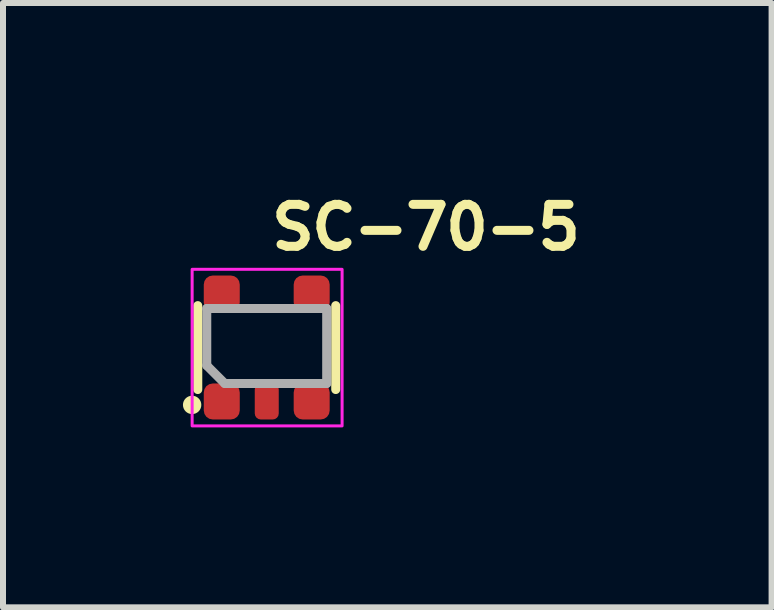
<source format=kicad_pcb>
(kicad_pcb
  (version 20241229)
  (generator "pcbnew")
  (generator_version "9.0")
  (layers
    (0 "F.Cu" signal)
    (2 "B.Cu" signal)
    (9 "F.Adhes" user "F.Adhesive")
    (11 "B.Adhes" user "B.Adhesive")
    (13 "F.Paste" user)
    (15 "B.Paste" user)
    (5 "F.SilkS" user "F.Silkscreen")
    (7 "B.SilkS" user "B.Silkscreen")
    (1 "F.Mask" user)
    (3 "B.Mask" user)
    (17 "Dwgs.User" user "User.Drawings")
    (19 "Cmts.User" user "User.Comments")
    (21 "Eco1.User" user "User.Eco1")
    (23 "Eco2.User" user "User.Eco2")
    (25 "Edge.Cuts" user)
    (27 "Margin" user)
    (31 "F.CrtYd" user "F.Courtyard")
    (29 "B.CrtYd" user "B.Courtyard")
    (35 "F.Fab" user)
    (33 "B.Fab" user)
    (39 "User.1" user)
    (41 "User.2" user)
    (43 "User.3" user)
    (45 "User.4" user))
  (footprint "SC-70-5"
    (layer "F.Cu")
    (at 1.403 2.75)
    (property "Reference" "SC-70-5" (at 0 -1.6 180) (layer "F.SilkS") (effects (font (size 0.7 0.7) (thickness 0.15)) (justify left bottom)))
    (attr smd)
    (fp_line (start -1.156 0.694) (end -1.156 -0.705) (stroke (width 0.15) (type solid)) (layer "F.SilkS"))
    (fp_line (start 1.144 0.694) (end 1.144 -0.705) (stroke (width 0.15) (type solid)) (layer "F.SilkS"))
    (fp_circle (center -1.25 0.95) (end -1.19 1) (stroke (width 0.15) (type solid)) (fill yes) (layer "F.SilkS"))
    (fp_rect (start 1.25 -1.31) (end -1.25 1.3) (stroke (width 0.05) (type solid)) (fill no) (layer "F.CrtYd"))
    (fp_line (start -1.006 -0.657) (end 0.993 -0.657) (stroke (width 0.15) (type solid)) (layer "F.Fab"))
    (fp_line (start -1.006 0.293) (end -1.006 -0.657) (stroke (width 0.15) (type solid)) (layer "F.Fab"))
    (fp_line (start -1.006 0.293) (end -0.706 0.593) (stroke (width 0.15) (type solid)) (layer "F.Fab"))
    (fp_line (start 0.993 -0.657) (end 0.993 0.593) (stroke (width 0.15) (type solid)) (layer "F.Fab"))
    (fp_line (start 0.993 0.593) (end -0.706 0.593) (stroke (width 0.15) (type solid)) (layer "F.Fab"))
    (fp_rect (start -1 -1.051) (end 0.998 1.048) (stroke (width 0.1) (type solid)) (fill no) (layer "User.5"))
    (fp_line (start -1 -0.626) (end -1 0.623) (stroke (width 0.02) (type solid)) (layer "User.9"))
    (fp_line (start -1 0.623) (end -0.763 0.623) (stroke (width 0.02) (type solid)) (layer "User.9"))
    (fp_line (start -0.964 -0.589) (end -1 -0.626) (stroke (width 0.02) (type solid)) (layer "User.9"))
    (fp_line (start -0.964 -0.589) (end -0.964 0.587) (stroke (width 0.02) (type solid)) (layer "User.9"))
    (fp_line (start -0.964 0.587) (end -1 0.623) (stroke (width 0.02) (type solid)) (layer "User.9"))
    (fp_line (start -0.964 0.587) (end 0.962 0.587) (stroke (width 0.02) (type solid)) (layer "User.9"))
    (fp_line (start -0.888 0.34) (end -0.888 0.348) (stroke (width 0.02) (type solid)) (layer "User.9"))
    (fp_line (start -0.888 0.348) (end -0.888 0.355) (stroke (width 0.02) (type solid)) (layer "User.9"))
    (fp_line (start -0.888 0.355) (end -0.887 0.363) (stroke (width 0.02) (type solid)) (layer "User.9"))
    (fp_line (start -0.887 0.332) (end -0.888 0.34) (stroke (width 0.02) (type solid)) (layer "User.9"))
    (fp_line (start -0.887 0.363) (end -0.886 0.371) (stroke (width 0.02) (type solid)) (layer "User.9"))
    (fp_line (start -0.886 0.324) (end -0.887 0.332) (stroke (width 0.02) (type solid)) (layer "User.9"))
    (fp_line (start -0.886 0.371) (end -0.884 0.379) (stroke (width 0.02) (type solid)) (layer "User.9"))
    (fp_line (start -0.884 0.315) (end -0.886 0.324) (stroke (width 0.02) (type solid)) (layer "User.9"))
    (fp_line (start -0.884 0.379) (end -0.881 0.388) (stroke (width 0.02) (type solid)) (layer "User.9"))
    (fp_line (start -0.881 0.307) (end -0.884 0.315) (stroke (width 0.02) (type solid)) (layer "User.9"))
    (fp_line (start -0.881 0.388) (end -0.879 0.396) (stroke (width 0.02) (type solid)) (layer "User.9"))
    (fp_line (start -0.879 0.3) (end -0.881 0.307) (stroke (width 0.02) (type solid)) (layer "User.9"))
    (fp_line (start -0.879 0.396) (end -0.875 0.403) (stroke (width 0.02) (type solid)) (layer "User.9"))
    (fp_line (start -0.875 0.292) (end -0.879 0.3) (stroke (width 0.02) (type solid)) (layer "User.9"))
    (fp_line (start -0.875 0.403) (end -0.871 0.411) (stroke (width 0.02) (type solid)) (layer "User.9"))
    (fp_line (start -0.871 0.286) (end -0.875 0.292) (stroke (width 0.02) (type solid)) (layer "User.9"))
    (fp_line (start -0.871 0.286) (end -0.871 0.286) (stroke (width 0.02) (type solid)) (layer "User.9"))
    (fp_line (start -0.871 0.411) (end -0.871 0.411) (stroke (width 0.02) (type solid)) (layer "User.9"))
    (fp_line (start -0.871 0.411) (end -0.869 0.414) (stroke (width 0.02) (type solid)) (layer "User.9"))
    (fp_line (start -0.869 0.414) (end -0.867 0.417) (stroke (width 0.02) (type solid)) (layer "User.9"))
    (fp_line (start -0.867 0.279) (end -0.871 0.286) (stroke (width 0.02) (type solid)) (layer "User.9"))
    (fp_line (start -0.867 0.417) (end -0.864 0.42) (stroke (width 0.02) (type solid)) (layer "User.9"))
    (fp_line (start -0.864 0.42) (end -0.862 0.423) (stroke (width 0.02) (type solid)) (layer "User.9"))
    (fp_line (start -0.862 0.272) (end -0.867 0.279) (stroke (width 0.02) (type solid)) (layer "User.9"))
    (fp_line (start -0.862 0.423) (end -0.859 0.427) (stroke (width 0.02) (type solid)) (layer "User.9"))
    (fp_line (start -0.859 0.427) (end -0.857 0.43) (stroke (width 0.02) (type solid)) (layer "User.9"))
    (fp_line (start -0.857 0.266) (end -0.862 0.272) (stroke (width 0.02) (type solid)) (layer "User.9"))
    (fp_line (start -0.857 0.43) (end -0.854 0.433) (stroke (width 0.02) (type solid)) (layer "User.9"))
    (fp_line (start -0.854 0.433) (end -0.851 0.436) (stroke (width 0.02) (type solid)) (layer "User.9"))
    (fp_line (start -0.851 0.26) (end -0.857 0.266) (stroke (width 0.02) (type solid)) (layer "User.9"))
    (fp_line (start -0.851 0.436) (end -0.848 0.439) (stroke (width 0.02) (type solid)) (layer "User.9"))
    (fp_line (start -0.848 0.439) (end -0.845 0.441) (stroke (width 0.02) (type solid)) (layer "User.9"))
    (fp_line (start -0.845 0.253) (end -0.851 0.26) (stroke (width 0.02) (type solid)) (layer "User.9"))
    (fp_line (start -0.845 0.441) (end -0.842 0.444) (stroke (width 0.02) (type solid)) (layer "User.9"))
    (fp_line (start -0.842 0.444) (end -0.839 0.446) (stroke (width 0.02) (type solid)) (layer "User.9"))
    (fp_line (start -0.839 0.248) (end -0.845 0.253) (stroke (width 0.02) (type solid)) (layer "User.9"))
    (fp_line (start -0.839 0.446) (end -0.836 0.45) (stroke (width 0.02) (type solid)) (layer "User.9"))
    (fp_line (start -0.836 0.45) (end -0.833 0.452) (stroke (width 0.02) (type solid)) (layer "User.9"))
    (fp_line (start -0.833 0.243) (end -0.839 0.248) (stroke (width 0.02) (type solid)) (layer "User.9"))
    (fp_line (start -0.833 0.452) (end -0.83 0.454) (stroke (width 0.02) (type solid)) (layer "User.9"))
    (fp_line (start -0.83 0.454) (end -0.826 0.456) (stroke (width 0.02) (type solid)) (layer "User.9"))
    (fp_line (start -0.826 0.239) (end -0.833 0.243) (stroke (width 0.02) (type solid)) (layer "User.9"))
    (fp_line (start -0.826 0.456) (end -0.823 0.458) (stroke (width 0.02) (type solid)) (layer "User.9"))
    (fp_line (start -0.823 0.458) (end -0.819 0.46) (stroke (width 0.02) (type solid)) (layer "User.9"))
    (fp_line (start -0.819 0.236) (end -0.826 0.239) (stroke (width 0.02) (type solid)) (layer "User.9"))
    (fp_line (start -0.819 0.46) (end -0.816 0.462) (stroke (width 0.02) (type solid)) (layer "User.9"))
    (fp_line (start -0.816 0.462) (end -0.812 0.464) (stroke (width 0.02) (type solid)) (layer "User.9"))
    (fp_line (start -0.812 0.233) (end -0.819 0.236) (stroke (width 0.02) (type solid)) (layer "User.9"))
    (fp_line (start -0.812 0.464) (end -0.808 0.465) (stroke (width 0.02) (type solid)) (layer "User.9"))
    (fp_line (start -0.808 0.465) (end -0.804 0.466) (stroke (width 0.02) (type solid)) (layer "User.9"))
    (fp_line (start -0.804 0.23) (end -0.812 0.233) (stroke (width 0.02) (type solid)) (layer "User.9"))
    (fp_line (start -0.804 0.466) (end -0.801 0.468) (stroke (width 0.02) (type solid)) (layer "User.9"))
    (fp_line (start -0.801 0.468) (end -0.797 0.469) (stroke (width 0.02) (type solid)) (layer "User.9"))
    (fp_line (start -0.797 0.227) (end -0.804 0.23) (stroke (width 0.02) (type solid)) (layer "User.9"))
    (fp_line (start -0.797 0.469) (end -0.793 0.47) (stroke (width 0.02) (type solid)) (layer "User.9"))
    (fp_line (start -0.793 0.47) (end -0.789 0.471) (stroke (width 0.02) (type solid)) (layer "User.9"))
    (fp_line (start -0.789 0.226) (end -0.797 0.227) (stroke (width 0.02) (type solid)) (layer "User.9"))
    (fp_line (start -0.789 0.471) (end -0.785 0.471) (stroke (width 0.02) (type solid)) (layer "User.9"))
    (fp_line (start -0.785 0.471) (end -0.781 0.472) (stroke (width 0.02) (type solid)) (layer "User.9"))
    (fp_line (start -0.781 0.224) (end -0.789 0.226) (stroke (width 0.02) (type solid)) (layer "User.9"))
    (fp_line (start -0.781 0.472) (end -0.776 0.473) (stroke (width 0.02) (type solid)) (layer "User.9"))
    (fp_line (start -0.776 0.473) (end -0.772 0.473) (stroke (width 0.02) (type solid)) (layer "User.9"))
    (fp_line (start -0.772 0.222) (end -0.781 0.224) (stroke (width 0.02) (type solid)) (layer "User.9"))
    (fp_line (start -0.772 0.473) (end -0.767 0.473) (stroke (width 0.02) (type solid)) (layer "User.9"))
    (fp_line (start -0.767 0.473) (end -0.763 0.473) (stroke (width 0.02) (type solid)) (layer "User.9"))
    (fp_line (start -0.763 -1.051) (end -0.763 -0.887) (stroke (width 0.02) (type solid)) (layer "User.9"))
    (fp_line (start -0.763 -0.887) (end -0.763 -0.837) (stroke (width 0.02) (type solid)) (layer "User.9"))
    (fp_line (start -0.763 -0.837) (end -0.763 -0.81) (stroke (width 0.02) (type solid)) (layer "User.9"))
    (fp_line (start -0.763 -0.81) (end -0.763 -0.66) (stroke (width 0.02) (type solid)) (layer "User.9"))
    (fp_line (start -0.763 -0.66) (end -0.763 -0.604) (stroke (width 0.02) (type solid)) (layer "User.9"))
    (fp_line (start -0.763 -0.626) (end -1 -0.626) (stroke (width 0.02) (type solid)) (layer "User.9"))
    (fp_line (start -0.763 0.222) (end -0.772 0.222) (stroke (width 0.02) (type solid)) (layer "User.9"))
    (fp_line (start -0.763 0.473) (end -0.755 0.473) (stroke (width 0.02) (type solid)) (layer "User.9"))
    (fp_line (start -0.763 0.658) (end -0.763 0.602) (stroke (width 0.02) (type solid)) (layer "User.9"))
    (fp_line (start -0.763 0.808) (end -0.763 0.658) (stroke (width 0.02) (type solid)) (layer "User.9"))
    (fp_line (start -0.763 0.835) (end -0.763 0.808) (stroke (width 0.02) (type solid)) (layer "User.9"))
    (fp_line (start -0.763 0.885) (end -0.763 0.835) (stroke (width 0.02) (type solid)) (layer "User.9"))
    (fp_line (start -0.763 1.048) (end -0.763 0.885) (stroke (width 0.02) (type solid)) (layer "User.9"))
    (fp_line (start -0.763 1.048) (end -0.539 1.048) (stroke (width 0.02) (type solid)) (layer "User.9"))
    (fp_line (start -0.759 0.222) (end -0.763 0.222) (stroke (width 0.02) (type solid)) (layer "User.9"))
    (fp_line (start -0.755 0.222) (end -0.759 0.222) (stroke (width 0.02) (type solid)) (layer "User.9"))
    (fp_line (start -0.755 0.473) (end -0.746 0.472) (stroke (width 0.02) (type solid)) (layer "User.9"))
    (fp_line (start -0.751 0.224) (end -0.755 0.222) (stroke (width 0.02) (type solid)) (layer "User.9"))
    (fp_line (start -0.746 0.224) (end -0.751 0.224) (stroke (width 0.02) (type solid)) (layer "User.9"))
    (fp_line (start -0.746 0.472) (end -0.738 0.471) (stroke (width 0.02) (type solid)) (layer "User.9"))
    (fp_line (start -0.742 0.225) (end -0.746 0.224) (stroke (width 0.02) (type solid)) (layer "User.9"))
    (fp_line (start -0.738 0.226) (end -0.742 0.225) (stroke (width 0.02) (type solid)) (layer "User.9"))
    (fp_line (start -0.738 0.471) (end -0.73 0.469) (stroke (width 0.02) (type solid)) (layer "User.9"))
    (fp_line (start -0.734 0.226) (end -0.738 0.226) (stroke (width 0.02) (type solid)) (layer "User.9"))
    (fp_line (start -0.73 0.227) (end -0.734 0.226) (stroke (width 0.02) (type solid)) (layer "User.9"))
    (fp_line (start -0.73 0.469) (end -0.723 0.466) (stroke (width 0.02) (type solid)) (layer "User.9"))
    (fp_line (start -0.726 0.229) (end -0.73 0.227) (stroke (width 0.02) (type solid)) (layer "User.9"))
    (fp_line (start -0.723 0.23) (end -0.726 0.229) (stroke (width 0.02) (type solid)) (layer "User.9"))
    (fp_line (start -0.723 0.466) (end -0.715 0.464) (stroke (width 0.02) (type solid)) (layer "User.9"))
    (fp_line (start -0.719 0.231) (end -0.723 0.23) (stroke (width 0.02) (type solid)) (layer "User.9"))
    (fp_line (start -0.715 0.233) (end -0.719 0.231) (stroke (width 0.02) (type solid)) (layer "User.9"))
    (fp_line (start -0.715 0.464) (end -0.708 0.46) (stroke (width 0.02) (type solid)) (layer "User.9"))
    (fp_line (start -0.711 0.234) (end -0.715 0.233) (stroke (width 0.02) (type solid)) (layer "User.9"))
    (fp_line (start -0.708 0.236) (end -0.711 0.234) (stroke (width 0.02) (type solid)) (layer "User.9"))
    (fp_line (start -0.708 0.46) (end -0.701 0.456) (stroke (width 0.02) (type solid)) (layer "User.9"))
    (fp_line (start -0.704 0.238) (end -0.708 0.236) (stroke (width 0.02) (type solid)) (layer "User.9"))
    (fp_line (start -0.701 0.239) (end -0.704 0.238) (stroke (width 0.02) (type solid)) (layer "User.9"))
    (fp_line (start -0.701 0.456) (end -0.695 0.452) (stroke (width 0.02) (type solid)) (layer "User.9"))
    (fp_line (start -0.698 0.241) (end -0.701 0.239) (stroke (width 0.02) (type solid)) (layer "User.9"))
    (fp_line (start -0.695 0.243) (end -0.698 0.241) (stroke (width 0.02) (type solid)) (layer "User.9"))
    (fp_line (start -0.695 0.452) (end -0.688 0.446) (stroke (width 0.02) (type solid)) (layer "User.9"))
    (fp_line (start -0.691 0.245) (end -0.695 0.243) (stroke (width 0.02) (type solid)) (layer "User.9"))
    (fp_line (start -0.688 0.248) (end -0.691 0.245) (stroke (width 0.02) (type solid)) (layer "User.9"))
    (fp_line (start -0.688 0.446) (end -0.682 0.441) (stroke (width 0.02) (type solid)) (layer "User.9"))
    (fp_line (start -0.685 0.25) (end -0.688 0.248) (stroke (width 0.02) (type solid)) (layer "User.9"))
    (fp_line (start -0.682 0.253) (end -0.685 0.25) (stroke (width 0.02) (type solid)) (layer "User.9"))
    (fp_line (start -0.682 0.441) (end -0.676 0.436) (stroke (width 0.02) (type solid)) (layer "User.9"))
    (fp_line (start -0.679 0.257) (end -0.682 0.253) (stroke (width 0.02) (type solid)) (layer "User.9"))
    (fp_line (start -0.676 0.26) (end -0.679 0.257) (stroke (width 0.02) (type solid)) (layer "User.9"))
    (fp_line (start -0.676 0.436) (end -0.67 0.43) (stroke (width 0.02) (type solid)) (layer "User.9"))
    (fp_line (start -0.673 0.263) (end -0.676 0.26) (stroke (width 0.02) (type solid)) (layer "User.9"))
    (fp_line (start -0.67 0.266) (end -0.673 0.263) (stroke (width 0.02) (type solid)) (layer "User.9"))
    (fp_line (start -0.67 0.43) (end -0.665 0.423) (stroke (width 0.02) (type solid)) (layer "User.9"))
    (fp_line (start -0.668 0.269) (end -0.67 0.266) (stroke (width 0.02) (type solid)) (layer "User.9"))
    (fp_line (start -0.665 0.272) (end -0.668 0.269) (stroke (width 0.02) (type solid)) (layer "User.9"))
    (fp_line (start -0.665 0.423) (end -0.66 0.417) (stroke (width 0.02) (type solid)) (layer "User.9"))
    (fp_line (start -0.663 0.275) (end -0.665 0.272) (stroke (width 0.02) (type solid)) (layer "User.9"))
    (fp_line (start -0.66 0.279) (end -0.663 0.275) (stroke (width 0.02) (type solid)) (layer "User.9"))
    (fp_line (start -0.66 0.417) (end -0.656 0.411) (stroke (width 0.02) (type solid)) (layer "User.9"))
    (fp_line (start -0.658 0.282) (end -0.66 0.279) (stroke (width 0.02) (type solid)) (layer "User.9"))
    (fp_line (start -0.656 0.286) (end -0.658 0.282) (stroke (width 0.02) (type solid)) (layer "User.9"))
    (fp_line (start -0.656 0.286) (end -0.656 0.286) (stroke (width 0.02) (type solid)) (layer "User.9"))
    (fp_line (start -0.656 0.411) (end -0.656 0.411) (stroke (width 0.02) (type solid)) (layer "User.9"))
    (fp_line (start -0.656 0.411) (end -0.652 0.403) (stroke (width 0.02) (type solid)) (layer "User.9"))
    (fp_line (start -0.652 0.292) (end -0.656 0.286) (stroke (width 0.02) (type solid)) (layer "User.9"))
    (fp_line (start -0.652 0.403) (end -0.648 0.396) (stroke (width 0.02) (type solid)) (layer "User.9"))
    (fp_line (start -0.648 0.3) (end -0.652 0.292) (stroke (width 0.02) (type solid)) (layer "User.9"))
    (fp_line (start -0.648 0.396) (end -0.646 0.388) (stroke (width 0.02) (type solid)) (layer "User.9"))
    (fp_line (start -0.646 0.307) (end -0.648 0.3) (stroke (width 0.02) (type solid)) (layer "User.9"))
    (fp_line (start -0.646 0.388) (end -0.643 0.379) (stroke (width 0.02) (type solid)) (layer "User.9"))
    (fp_line (start -0.643 0.315) (end -0.646 0.307) (stroke (width 0.02) (type solid)) (layer "User.9"))
    (fp_line (start -0.643 0.379) (end -0.64 0.371) (stroke (width 0.02) (type solid)) (layer "User.9"))
    (fp_line (start -0.64 0.324) (end -0.643 0.315) (stroke (width 0.02) (type solid)) (layer "User.9"))
    (fp_line (start -0.64 0.371) (end -0.639 0.363) (stroke (width 0.02) (type solid)) (layer "User.9"))
    (fp_line (start -0.639 0.332) (end -0.64 0.324) (stroke (width 0.02) (type solid)) (layer "User.9"))
    (fp_line (start -0.639 0.363) (end -0.638 0.355) (stroke (width 0.02) (type solid)) (layer "User.9"))
    (fp_line (start -0.638 0.34) (end -0.639 0.332) (stroke (width 0.02) (type solid)) (layer "User.9"))
    (fp_line (start -0.638 0.348) (end -0.638 0.34) (stroke (width 0.02) (type solid)) (layer "User.9"))
    (fp_line (start -0.638 0.355) (end -0.638 0.348) (stroke (width 0.02) (type solid)) (layer "User.9"))
    (fp_line (start -0.539 -1.051) (end -0.763 -1.051) (stroke (width 0.02) (type solid)) (layer "User.9"))
    (fp_line (start -0.539 -1.051) (end -0.539 -0.887) (stroke (width 0.02) (type solid)) (layer "User.9"))
    (fp_line (start -0.539 -0.887) (end -0.539 -0.837) (stroke (width 0.02) (type solid)) (layer "User.9"))
    (fp_line (start -0.539 -0.837) (end -0.539 -0.81) (stroke (width 0.02) (type solid)) (layer "User.9"))
    (fp_line (start -0.539 -0.81) (end -0.539 -0.66) (stroke (width 0.02) (type solid)) (layer "User.9"))
    (fp_line (start -0.539 -0.66) (end -0.539 -0.604) (stroke (width 0.02) (type solid)) (layer "User.9"))
    (fp_line (start -0.539 -0.604) (end -0.763 -0.604) (stroke (width 0.02) (type solid)) (layer "User.9"))
    (fp_line (start -0.539 0.602) (end -0.763 0.602) (stroke (width 0.02) (type solid)) (layer "User.9"))
    (fp_line (start -0.539 0.623) (end -0.114 0.623) (stroke (width 0.02) (type solid)) (layer "User.9"))
    (fp_line (start -0.539 0.658) (end -0.539 0.602) (stroke (width 0.02) (type solid)) (layer "User.9"))
    (fp_line (start -0.539 0.808) (end -0.539 0.658) (stroke (width 0.02) (type solid)) (layer "User.9"))
    (fp_line (start -0.539 0.835) (end -0.539 0.808) (stroke (width 0.02) (type solid)) (layer "User.9"))
    (fp_line (start -0.539 0.885) (end -0.539 0.835) (stroke (width 0.02) (type solid)) (layer "User.9"))
    (fp_line (start -0.539 1.048) (end -0.539 0.885) (stroke (width 0.02) (type solid)) (layer "User.9"))
    (fp_line (start -0.114 -0.626) (end -0.539 -0.626) (stroke (width 0.02) (type solid)) (layer "User.9"))
    (fp_line (start -0.114 -0.626) (end 0.112 -0.626) (stroke (width 0.02) (type solid)) (layer "User.9"))
    (fp_line (start -0.114 -0.604) (end -0.114 -0.626) (stroke (width 0.02) (type solid)) (layer "User.9"))
    (fp_line (start -0.114 -0.604) (end -0.114 -0.626) (stroke (width 0.02) (type solid)) (layer "User.9"))
    (fp_line (start -0.114 0.658) (end -0.114 0.602) (stroke (width 0.02) (type solid)) (layer "User.9"))
    (fp_line (start -0.114 0.808) (end -0.114 0.658) (stroke (width 0.02) (type solid)) (layer "User.9"))
    (fp_line (start -0.114 0.835) (end -0.114 0.808) (stroke (width 0.02) (type solid)) (layer "User.9"))
    (fp_line (start -0.114 0.885) (end -0.114 0.835) (stroke (width 0.02) (type solid)) (layer "User.9"))
    (fp_line (start -0.114 1.048) (end -0.114 0.885) (stroke (width 0.02) (type solid)) (layer "User.9"))
    (fp_line (start -0.114 1.048) (end 0.112 1.048) (stroke (width 0.02) (type solid)) (layer "User.9"))
    (fp_line (start 0.112 -0.626) (end 0.112 -0.604) (stroke (width 0.02) (type solid)) (layer "User.9"))
    (fp_line (start 0.112 -0.604) (end -0.114 -0.604) (stroke (width 0.02) (type solid)) (layer "User.9"))
    (fp_line (start 0.112 -0.604) (end 0.112 -0.626) (stroke (width 0.02) (type solid)) (layer "User.9"))
    (fp_line (start 0.112 0.602) (end -0.114 0.602) (stroke (width 0.02) (type solid)) (layer "User.9"))
    (fp_line (start 0.112 0.623) (end 0.537 0.623) (stroke (width 0.02) (type solid)) (layer "User.9"))
    (fp_line (start 0.112 0.658) (end 0.112 0.602) (stroke (width 0.02) (type solid)) (layer "User.9"))
    (fp_line (start 0.112 0.808) (end 0.112 0.658) (stroke (width 0.02) (type solid)) (layer "User.9"))
    (fp_line (start 0.112 0.835) (end 0.112 0.808) (stroke (width 0.02) (type solid)) (layer "User.9"))
    (fp_line (start 0.112 0.885) (end 0.112 0.835) (stroke (width 0.02) (type solid)) (layer "User.9"))
    (fp_line (start 0.112 1.048) (end 0.112 0.885) (stroke (width 0.02) (type solid)) (layer "User.9"))
    (fp_line (start 0.537 -1.051) (end 0.537 -0.887) (stroke (width 0.02) (type solid)) (layer "User.9"))
    (fp_line (start 0.537 -0.887) (end 0.537 -0.837) (stroke (width 0.02) (type solid)) (layer "User.9"))
    (fp_line (start 0.537 -0.837) (end 0.537 -0.81) (stroke (width 0.02) (type solid)) (layer "User.9"))
    (fp_line (start 0.537 -0.81) (end 0.537 -0.66) (stroke (width 0.02) (type solid)) (layer "User.9"))
    (fp_line (start 0.537 -0.66) (end 0.537 -0.604) (stroke (width 0.02) (type solid)) (layer "User.9"))
    (fp_line (start 0.537 -0.626) (end 0.112 -0.626) (stroke (width 0.02) (type solid)) (layer "User.9"))
    (fp_line (start 0.537 0.658) (end 0.537 0.602) (stroke (width 0.02) (type solid)) (layer "User.9"))
    (fp_line (start 0.537 0.808) (end 0.537 0.658) (stroke (width 0.02) (type solid)) (layer "User.9"))
    (fp_line (start 0.537 0.835) (end 0.537 0.808) (stroke (width 0.02) (type solid)) (layer "User.9"))
    (fp_line (start 0.537 0.885) (end 0.537 0.835) (stroke (width 0.02) (type solid)) (layer "User.9"))
    (fp_line (start 0.537 1.048) (end 0.537 0.885) (stroke (width 0.02) (type solid)) (layer "User.9"))
    (fp_line (start 0.537 1.048) (end 0.761 1.048) (stroke (width 0.02) (type solid)) (layer "User.9"))
    (fp_line (start 0.761 -1.051) (end 0.537 -1.051) (stroke (width 0.02) (type solid)) (layer "User.9"))
    (fp_line (start 0.761 -1.051) (end 0.761 -0.887) (stroke (width 0.02) (type solid)) (layer "User.9"))
    (fp_line (start 0.761 -0.887) (end 0.761 -0.837) (stroke (width 0.02) (type solid)) (layer "User.9"))
    (fp_line (start 0.761 -0.837) (end 0.761 -0.81) (stroke (width 0.02) (type solid)) (layer "User.9"))
    (fp_line (start 0.761 -0.81) (end 0.761 -0.66) (stroke (width 0.02) (type solid)) (layer "User.9"))
    (fp_line (start 0.761 -0.66) (end 0.761 -0.604) (stroke (width 0.02) (type solid)) (layer "User.9"))
    (fp_line (start 0.761 -0.604) (end 0.537 -0.604) (stroke (width 0.02) (type solid)) (layer "User.9"))
    (fp_line (start 0.761 0.602) (end 0.537 0.602) (stroke (width 0.02) (type solid)) (layer "User.9"))
    (fp_line (start 0.761 0.623) (end 0.998 0.623) (stroke (width 0.02) (type solid)) (layer "User.9"))
    (fp_line (start 0.761 0.658) (end 0.761 0.602) (stroke (width 0.02) (type solid)) (layer "User.9"))
    (fp_line (start 0.761 0.808) (end 0.761 0.658) (stroke (width 0.02) (type solid)) (layer "User.9"))
    (fp_line (start 0.761 0.835) (end 0.761 0.808) (stroke (width 0.02) (type solid)) (layer "User.9"))
    (fp_line (start 0.761 0.885) (end 0.761 0.835) (stroke (width 0.02) (type solid)) (layer "User.9"))
    (fp_line (start 0.761 1.048) (end 0.761 0.885) (stroke (width 0.02) (type solid)) (layer "User.9"))
    (fp_line (start 0.962 -0.589) (end -0.964 -0.589) (stroke (width 0.02) (type solid)) (layer "User.9"))
    (fp_line (start 0.962 -0.589) (end 0.998 -0.626) (stroke (width 0.02) (type solid)) (layer "User.9"))
    (fp_line (start 0.962 0.587) (end 0.962 -0.589) (stroke (width 0.02) (type solid)) (layer "User.9"))
    (fp_line (start 0.962 0.587) (end 0.998 0.623) (stroke (width 0.02) (type solid)) (layer "User.9"))
    (fp_line (start 0.998 -0.626) (end 0.761 -0.626) (stroke (width 0.02) (type solid)) (layer "User.9"))
    (fp_line (start 0.998 0.623) (end 0.998 -0.626) (stroke (width 0.02) (type solid)) (layer "User.9"))
    (pad "1" smd roundrect (at -0.756 0.893 90) (size 0.6 0.6) (layers "F.Cu" "F.Mask" "F.Paste") (roundrect_rratio 0.25))
    (pad "2" smd roundrect (at -0.006 0.893 90) (size 0.6 0.4) (layers "F.Cu" "F.Mask" "F.Paste") (roundrect_rratio 0.25))
    (pad "3" smd roundrect (at 0.743 0.893 90) (size 0.6 0.6) (layers "F.Cu" "F.Mask" "F.Paste") (roundrect_rratio 0.25))
    (pad "4" smd roundrect (at 0.743 -0.907 90) (size 0.6 0.6) (layers "F.Cu" "F.Mask" "F.Paste") (roundrect_rratio 0.25))
    (pad "5" smd roundrect (at -0.756 -0.907 90) (size 0.6 0.6) (layers "F.Cu" "F.Mask" "F.Paste") (roundrect_rratio 0.25)))
  (gr_rect
    (start -3 -3)
    (end 9.813 7.075)
    (stroke (width 0.1) (type default))
    (fill no)
    (layer "Edge.Cuts")))
</source>
